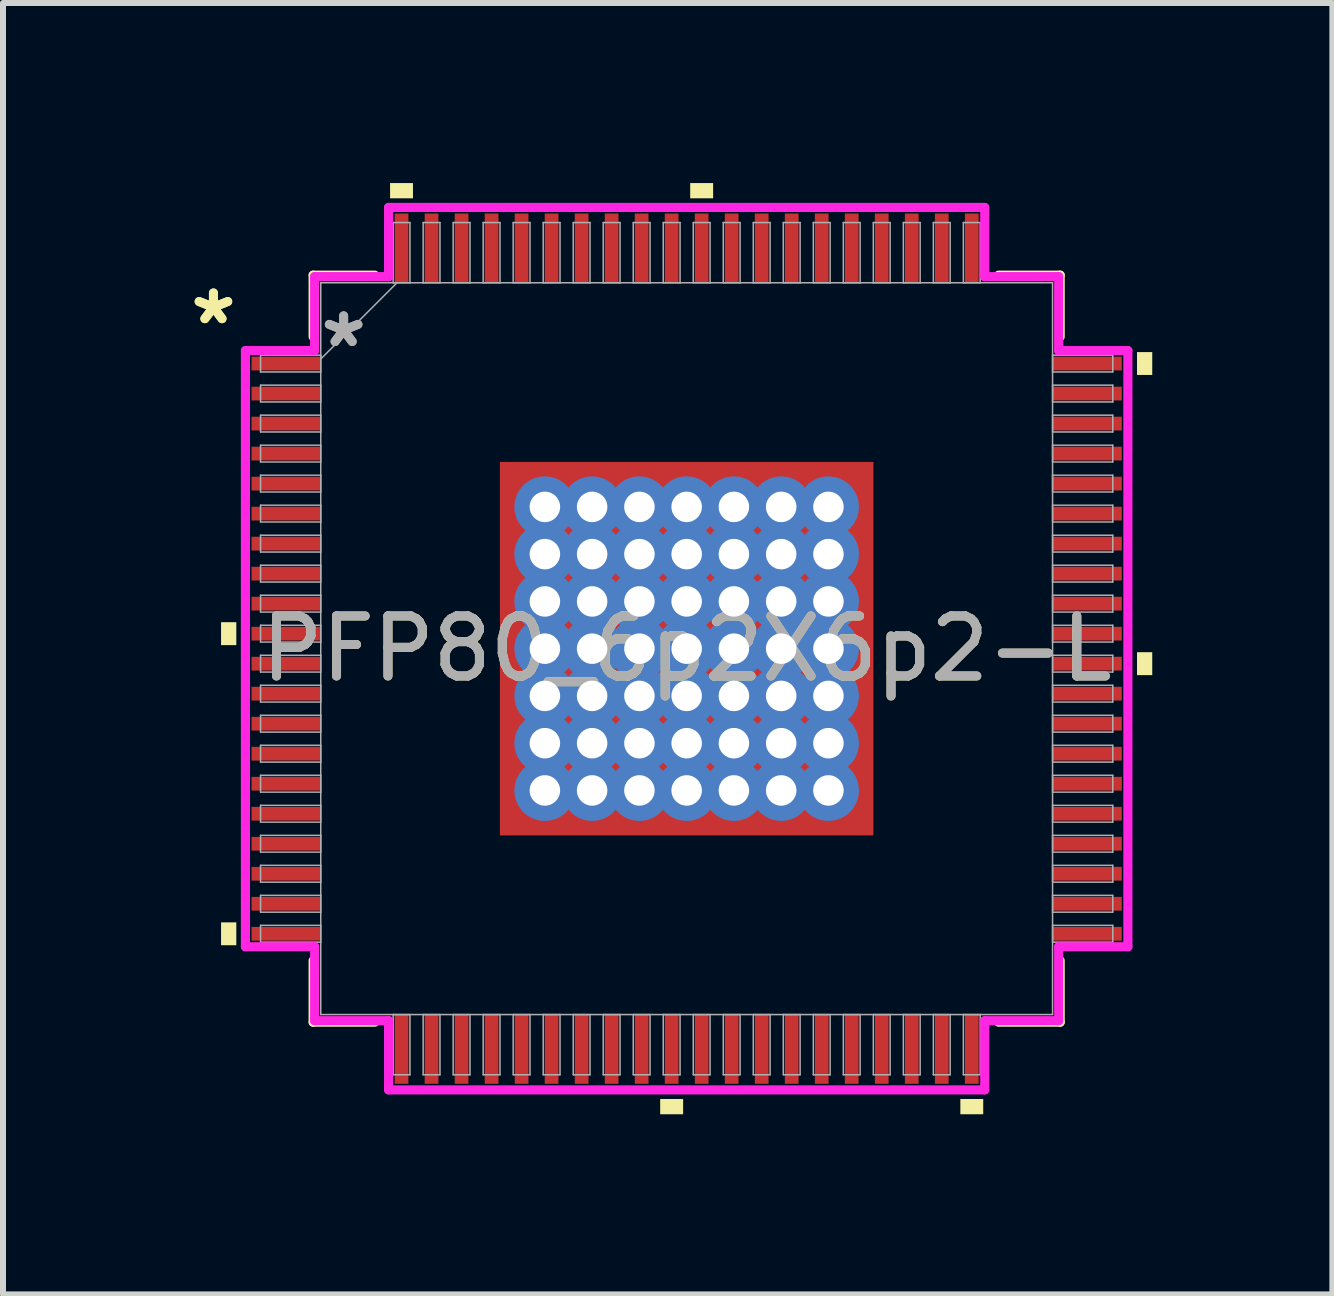
<source format=kicad_pcb>
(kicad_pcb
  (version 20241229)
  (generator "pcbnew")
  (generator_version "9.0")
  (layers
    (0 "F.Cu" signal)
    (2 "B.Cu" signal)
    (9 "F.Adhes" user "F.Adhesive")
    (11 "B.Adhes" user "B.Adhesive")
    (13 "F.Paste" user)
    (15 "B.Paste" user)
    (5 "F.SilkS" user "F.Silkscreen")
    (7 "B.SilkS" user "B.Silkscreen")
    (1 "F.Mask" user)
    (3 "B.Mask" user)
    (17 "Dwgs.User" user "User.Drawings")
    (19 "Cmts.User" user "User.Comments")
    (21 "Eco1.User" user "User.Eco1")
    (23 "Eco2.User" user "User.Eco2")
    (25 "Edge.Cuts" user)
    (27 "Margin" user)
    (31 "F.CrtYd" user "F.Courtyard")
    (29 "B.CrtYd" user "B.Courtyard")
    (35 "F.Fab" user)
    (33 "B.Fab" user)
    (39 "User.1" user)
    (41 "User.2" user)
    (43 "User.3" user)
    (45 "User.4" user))
  (footprint "PFP80_6p2X6p2-L"
    (layer "F.Cu")
    (at 8.39 7.757)
    (property "Reference" "PFP80_6p2X6p2-L" (at 0 0 0) (unlocked yes) (layer "F.SilkS") (effects (font (size 1 1) (thickness 0.15))))
    (attr smd)
    (fp_poly (pts (xy -3.175 -3.175) (xy -2.562 -3.175) (xy -2.562 3.175) (xy -3.175 3.175)) (stroke (width 0) (type solid)) (fill yes) (layer "F.Mask"))
    (fp_poly (pts (xy -3.175 -3.175) (xy 3.175 -3.175) (xy 3.175 -2.562) (xy -3.175 -2.562)) (stroke (width 0) (type solid)) (fill yes) (layer "F.Mask"))
    (fp_poly (pts (xy -3.175 -2.162) (xy 3.175 -2.162) (xy 3.175 -1.775) (xy -3.175 -1.775)) (stroke (width 0) (type solid)) (fill yes) (layer "F.Mask"))
    (fp_poly (pts (xy -3.175 -1.375) (xy 3.175 -1.375) (xy 3.175 -0.987) (xy -3.175 -0.987)) (stroke (width 0) (type solid)) (fill yes) (layer "F.Mask"))
    (fp_poly (pts (xy -3.175 -0.587) (xy 3.175 -0.587) (xy 3.175 -0.2) (xy -3.175 -0.2)) (stroke (width 0) (type solid)) (fill yes) (layer "F.Mask"))
    (fp_poly (pts (xy -3.175 0.2) (xy 3.175 0.2) (xy 3.175 0.587) (xy -3.175 0.587)) (stroke (width 0) (type solid)) (fill yes) (layer "F.Mask"))
    (fp_poly (pts (xy -3.175 0.987) (xy 3.175 0.987) (xy 3.175 1.375) (xy -3.175 1.375)) (stroke (width 0) (type solid)) (fill yes) (layer "F.Mask"))
    (fp_poly (pts (xy -3.175 1.775) (xy 3.175 1.775) (xy 3.175 2.162) (xy -3.175 2.162)) (stroke (width 0) (type solid)) (fill yes) (layer "F.Mask"))
    (fp_poly (pts (xy -3.175 2.562) (xy 3.175 2.562) (xy 3.175 3.175) (xy -3.175 3.175)) (stroke (width 0) (type solid)) (fill yes) (layer "F.Mask"))
    (fp_poly (pts (xy -1.775 -3.175) (xy -2.162 -3.175) (xy -2.162 3.175) (xy -1.775 3.175)) (stroke (width 0) (type solid)) (fill yes) (layer "F.Mask"))
    (fp_poly (pts (xy -0.987 -3.175) (xy -1.375 -3.175) (xy -1.375 3.175) (xy -0.987 3.175)) (stroke (width 0) (type solid)) (fill yes) (layer "F.Mask"))
    (fp_poly (pts (xy -0.2 -3.175) (xy -0.587 -3.175) (xy -0.587 3.175) (xy -0.2 3.175)) (stroke (width 0) (type solid)) (fill yes) (layer "F.Mask"))
    (fp_poly (pts (xy 0.587 -3.175) (xy 0.2 -3.175) (xy 0.2 3.175) (xy 0.587 3.175)) (stroke (width 0) (type solid)) (fill yes) (layer "F.Mask"))
    (fp_poly (pts (xy 1.375 -3.175) (xy 0.987 -3.175) (xy 0.987 3.175) (xy 1.375 3.175)) (stroke (width 0) (type solid)) (fill yes) (layer "F.Mask"))
    (fp_poly (pts (xy 2.162 -3.175) (xy 1.775 -3.175) (xy 1.775 3.175) (xy 2.162 3.175)) (stroke (width 0) (type solid)) (fill yes) (layer "F.Mask"))
    (fp_poly (pts (xy 2.562 -3.175) (xy 3.175 -3.175) (xy 3.175 3.175) (xy 2.562 3.175)) (stroke (width 0) (type solid)) (fill yes) (layer "F.Mask"))
    (fp_line (start -6.223 -6.223) (end -6.223 -5.197) (stroke (width 0.152) (type solid)) (layer "F.SilkS"))
    (fp_line (start -6.223 5.197) (end -6.223 6.223) (stroke (width 0.152) (type solid)) (layer "F.SilkS"))
    (fp_line (start -6.223 6.223) (end -5.197 6.223) (stroke (width 0.152) (type solid)) (layer "F.SilkS"))
    (fp_line (start -5.197 -6.223) (end -6.223 -6.223) (stroke (width 0.152) (type solid)) (layer "F.SilkS"))
    (fp_line (start 5.197 6.223) (end 6.223 6.223) (stroke (width 0.152) (type solid)) (layer "F.SilkS"))
    (fp_line (start 6.223 -6.223) (end 5.197 -6.223) (stroke (width 0.152) (type solid)) (layer "F.SilkS"))
    (fp_line (start 6.223 -5.197) (end 6.223 -6.223) (stroke (width 0.152) (type solid)) (layer "F.SilkS"))
    (fp_line (start 6.223 6.223) (end 6.223 5.197) (stroke (width 0.152) (type solid)) (layer "F.SilkS"))
    (fp_poly (pts (xy -7.757 -0.441) (xy -7.757 -0.059) (xy -7.503 -0.059) (xy -7.503 -0.441)) (stroke (width 0) (type solid)) (fill yes) (layer "F.SilkS"))
    (fp_poly (pts (xy -7.757 4.56) (xy -7.757 4.941) (xy -7.503 4.941) (xy -7.503 4.56)) (stroke (width 0) (type solid)) (fill yes) (layer "F.SilkS"))
    (fp_poly (pts (xy -4.941 -7.503) (xy -4.941 -7.757) (xy -4.56 -7.757) (xy -4.56 -7.503)) (stroke (width 0) (type solid)) (fill yes) (layer "F.SilkS"))
    (fp_poly (pts (xy -0.441 7.503) (xy -0.441 7.757) (xy -0.059 7.757) (xy -0.059 7.503)) (stroke (width 0) (type solid)) (fill yes) (layer "F.SilkS"))
    (fp_poly (pts (xy 0.059 -7.503) (xy 0.059 -7.757) (xy 0.441 -7.757) (xy 0.441 -7.503)) (stroke (width 0) (type solid)) (fill yes) (layer "F.SilkS"))
    (fp_poly (pts (xy 4.56 7.503) (xy 4.56 7.757) (xy 4.941 7.757) (xy 4.941 7.503)) (stroke (width 0) (type solid)) (fill yes) (layer "F.SilkS"))
    (fp_poly (pts (xy 7.757 -4.941) (xy 7.757 -4.56) (xy 7.503 -4.56) (xy 7.503 -4.941)) (stroke (width 0) (type solid)) (fill yes) (layer "F.SilkS"))
    (fp_poly (pts (xy 7.757 0.059) (xy 7.757 0.441) (xy 7.503 0.441) (xy 7.503 0.059)) (stroke (width 0) (type solid)) (fill yes) (layer "F.SilkS"))
    (fp_poly (pts (xy -3.037 -3.037) (xy -3.037 -2.462) (xy -2.604 -2.462) (xy -2.462 -2.604) (xy -2.462 -3.037)) (stroke (width 0) (type solid)) (fill yes) (layer "F.Paste"))
    (fp_poly (pts (xy -3.037 2.462) (xy -3.037 3.037) (xy -2.462 3.037) (xy -2.462 2.604) (xy -2.604 2.462)) (stroke (width 0) (type solid)) (fill yes) (layer "F.Paste"))
    (fp_poly (pts (xy 2.462 -3.037) (xy 2.462 -2.604) (xy 2.604 -2.462) (xy 3.037 -2.462) (xy 3.037 -3.037)) (stroke (width 0) (type solid)) (fill yes) (layer "F.Paste"))
    (fp_poly (pts (xy 2.604 2.462) (xy 2.462 2.604) (xy 2.462 3.037) (xy 3.037 3.037) (xy 3.037 2.462)) (stroke (width 0) (type solid)) (fill yes) (layer "F.Paste"))
    (fp_poly (pts (xy -3.037 -2.262) (xy -3.037 -1.675) (xy -2.604 -1.675) (xy -2.462 -1.816) (xy -2.462 -2.121) (xy -2.604 -2.262)) (stroke (width 0) (type solid)) (fill yes) (layer "F.Paste"))
    (fp_poly (pts (xy -3.037 -1.475) (xy -3.037 -0.887) (xy -2.604 -0.887) (xy -2.462 -1.029) (xy -2.462 -1.333) (xy -2.604 -1.475)) (stroke (width 0) (type solid)) (fill yes) (layer "F.Paste"))
    (fp_poly (pts (xy -3.037 -0.687) (xy -3.037 -0.1) (xy -2.604 -0.1) (xy -2.462 -0.241) (xy -2.462 -0.546) (xy -2.604 -0.687)) (stroke (width 0) (type solid)) (fill yes) (layer "F.Paste"))
    (fp_poly (pts (xy -3.037 0.1) (xy -3.037 0.687) (xy -2.604 0.687) (xy -2.462 0.546) (xy -2.462 0.241) (xy -2.604 0.1)) (stroke (width 0) (type solid)) (fill yes) (layer "F.Paste"))
    (fp_poly (pts (xy -3.037 0.887) (xy -3.037 1.475) (xy -2.604 1.475) (xy -2.462 1.333) (xy -2.462 1.029) (xy -2.604 0.887)) (stroke (width 0) (type solid)) (fill yes) (layer "F.Paste"))
    (fp_poly (pts (xy -3.037 1.675) (xy -3.037 2.262) (xy -2.604 2.262) (xy -2.462 2.121) (xy -2.462 1.816) (xy -2.604 1.675)) (stroke (width 0) (type solid)) (fill yes) (layer "F.Paste"))
    (fp_poly (pts (xy -2.262 -3.037) (xy -2.262 -2.604) (xy -2.121 -2.462) (xy -1.816 -2.462) (xy -1.675 -2.604) (xy -1.675 -3.037)) (stroke (width 0) (type solid)) (fill yes) (layer "F.Paste"))
    (fp_poly (pts (xy -2.121 2.462) (xy -2.262 2.604) (xy -2.262 3.037) (xy -1.675 3.037) (xy -1.675 2.604) (xy -1.816 2.462)) (stroke (width 0) (type solid)) (fill yes) (layer "F.Paste"))
    (fp_poly (pts (xy -1.475 -3.037) (xy -1.475 -2.604) (xy -1.333 -2.462) (xy -1.029 -2.462) (xy -0.887 -2.604) (xy -0.887 -3.037)) (stroke (width 0) (type solid)) (fill yes) (layer "F.Paste"))
    (fp_poly (pts (xy -1.333 2.462) (xy -1.475 2.604) (xy -1.475 3.037) (xy -0.887 3.037) (xy -0.887 2.604) (xy -1.029 2.462)) (stroke (width 0) (type solid)) (fill yes) (layer "F.Paste"))
    (fp_poly (pts (xy -0.687 -3.037) (xy -0.687 -2.604) (xy -0.546 -2.462) (xy -0.241 -2.462) (xy -0.1 -2.604) (xy -0.1 -3.037)) (stroke (width 0) (type solid)) (fill yes) (layer "F.Paste"))
    (fp_poly (pts (xy -0.546 2.462) (xy -0.687 2.604) (xy -0.687 3.037) (xy -0.1 3.037) (xy -0.1 2.604) (xy -0.241 2.462)) (stroke (width 0) (type solid)) (fill yes) (layer "F.Paste"))
    (fp_poly (pts (xy 0.1 -3.037) (xy 0.1 -2.604) (xy 0.241 -2.462) (xy 0.546 -2.462) (xy 0.687 -2.604) (xy 0.687 -3.037)) (stroke (width 0) (type solid)) (fill yes) (layer "F.Paste"))
    (fp_poly (pts (xy 0.241 2.462) (xy 0.1 2.604) (xy 0.1 3.037) (xy 0.687 3.037) (xy 0.687 2.604) (xy 0.546 2.462)) (stroke (width 0) (type solid)) (fill yes) (layer "F.Paste"))
    (fp_poly (pts (xy 0.887 -3.037) (xy 0.887 -2.604) (xy 1.029 -2.462) (xy 1.333 -2.462) (xy 1.475 -2.604) (xy 1.475 -3.037)) (stroke (width 0) (type solid)) (fill yes) (layer "F.Paste"))
    (fp_poly (pts (xy 1.029 2.462) (xy 0.887 2.604) (xy 0.887 3.037) (xy 1.475 3.037) (xy 1.475 2.604) (xy 1.333 2.462)) (stroke (width 0) (type solid)) (fill yes) (layer "F.Paste"))
    (fp_poly (pts (xy 1.675 -3.037) (xy 1.675 -2.604) (xy 1.816 -2.462) (xy 2.121 -2.462) (xy 2.262 -2.604) (xy 2.262 -3.037)) (stroke (width 0) (type solid)) (fill yes) (layer "F.Paste"))
    (fp_poly (pts (xy 1.816 2.462) (xy 1.675 2.604) (xy 1.675 3.037) (xy 2.262 3.037) (xy 2.262 2.604) (xy 2.121 2.462)) (stroke (width 0) (type solid)) (fill yes) (layer "F.Paste"))
    (fp_poly (pts (xy 2.604 -2.262) (xy 2.462 -2.121) (xy 2.462 -1.816) (xy 2.604 -1.675) (xy 3.037 -1.675) (xy 3.037 -2.262)) (stroke (width 0) (type solid)) (fill yes) (layer "F.Paste"))
    (fp_poly (pts (xy 2.604 -1.475) (xy 2.462 -1.333) (xy 2.462 -1.029) (xy 2.604 -0.887) (xy 3.037 -0.887) (xy 3.037 -1.475)) (stroke (width 0) (type solid)) (fill yes) (layer "F.Paste"))
    (fp_poly (pts (xy 2.604 -0.687) (xy 2.462 -0.546) (xy 2.462 -0.241) (xy 2.604 -0.1) (xy 3.037 -0.1) (xy 3.037 -0.687)) (stroke (width 0) (type solid)) (fill yes) (layer "F.Paste"))
    (fp_poly (pts (xy 2.604 0.1) (xy 2.462 0.241) (xy 2.462 0.546) (xy 2.604 0.687) (xy 3.037 0.687) (xy 3.037 0.1)) (stroke (width 0) (type solid)) (fill yes) (layer "F.Paste"))
    (fp_poly (pts (xy 2.604 0.887) (xy 2.462 1.029) (xy 2.462 1.333) (xy 2.604 1.475) (xy 3.037 1.475) (xy 3.037 0.887)) (stroke (width 0) (type solid)) (fill yes) (layer "F.Paste"))
    (fp_poly (pts (xy 2.604 1.675) (xy 2.462 1.816) (xy 2.462 2.121) (xy 2.604 2.262) (xy 3.037 2.262) (xy 3.037 1.675)) (stroke (width 0) (type solid)) (fill yes) (layer "F.Paste"))
    (fp_poly (pts (xy -2.121 -2.262) (xy -2.262 -2.121) (xy -2.262 -1.816) (xy -2.121 -1.675) (xy -1.816 -1.675) (xy -1.675 -1.816) (xy -1.675 -2.121) (xy -1.816 -2.262)) (stroke (width 0) (type solid)) (fill yes) (layer "F.Paste"))
    (fp_poly (pts (xy -2.121 -1.475) (xy -2.262 -1.333) (xy -2.262 -1.029) (xy -2.121 -0.887) (xy -1.816 -0.887) (xy -1.675 -1.029) (xy -1.675 -1.333) (xy -1.816 -1.475)) (stroke (width 0) (type solid)) (fill yes) (layer "F.Paste"))
    (fp_poly (pts (xy -2.121 -0.687) (xy -2.262 -0.546) (xy -2.262 -0.241) (xy -2.121 -0.1) (xy -1.816 -0.1) (xy -1.675 -0.241) (xy -1.675 -0.546) (xy -1.816 -0.687)) (stroke (width 0) (type solid)) (fill yes) (layer "F.Paste"))
    (fp_poly (pts (xy -2.121 0.1) (xy -2.262 0.241) (xy -2.262 0.546) (xy -2.121 0.687) (xy -1.816 0.687) (xy -1.675 0.546) (xy -1.675 0.241) (xy -1.816 0.1)) (stroke (width 0) (type solid)) (fill yes) (layer "F.Paste"))
    (fp_poly (pts (xy -2.121 0.887) (xy -2.262 1.029) (xy -2.262 1.333) (xy -2.121 1.475) (xy -1.816 1.475) (xy -1.675 1.333) (xy -1.675 1.029) (xy -1.816 0.887)) (stroke (width 0) (type solid)) (fill yes) (layer "F.Paste"))
    (fp_poly (pts (xy -2.121 1.675) (xy -2.262 1.816) (xy -2.262 2.121) (xy -2.121 2.262) (xy -1.816 2.262) (xy -1.675 2.121) (xy -1.675 1.816) (xy -1.816 1.675)) (stroke (width 0) (type solid)) (fill yes) (layer "F.Paste"))
    (fp_poly (pts (xy -1.333 -2.262) (xy -1.475 -2.121) (xy -1.475 -1.816) (xy -1.333 -1.675) (xy -1.029 -1.675) (xy -0.887 -1.816) (xy -0.887 -2.121) (xy -1.029 -2.262)) (stroke (width 0) (type solid)) (fill yes) (layer "F.Paste"))
    (fp_poly (pts (xy -1.333 -1.475) (xy -1.475 -1.333) (xy -1.475 -1.029) (xy -1.333 -0.887) (xy -1.029 -0.887) (xy -0.887 -1.029) (xy -0.887 -1.333) (xy -1.029 -1.475)) (stroke (width 0) (type solid)) (fill yes) (layer "F.Paste"))
    (fp_poly (pts (xy -1.333 -0.687) (xy -1.475 -0.546) (xy -1.475 -0.241) (xy -1.333 -0.1) (xy -1.029 -0.1) (xy -0.887 -0.241) (xy -0.887 -0.546) (xy -1.029 -0.687)) (stroke (width 0) (type solid)) (fill yes) (layer "F.Paste"))
    (fp_poly (pts (xy -1.333 0.1) (xy -1.475 0.241) (xy -1.475 0.546) (xy -1.333 0.687) (xy -1.029 0.687) (xy -0.887 0.546) (xy -0.887 0.241) (xy -1.029 0.1)) (stroke (width 0) (type solid)) (fill yes) (layer "F.Paste"))
    (fp_poly (pts (xy -1.333 0.887) (xy -1.475 1.029) (xy -1.475 1.333) (xy -1.333 1.475) (xy -1.029 1.475) (xy -0.887 1.333) (xy -0.887 1.029) (xy -1.029 0.887)) (stroke (width 0) (type solid)) (fill yes) (layer "F.Paste"))
    (fp_poly (pts (xy -1.333 1.675) (xy -1.475 1.816) (xy -1.475 2.121) (xy -1.333 2.262) (xy -1.029 2.262) (xy -0.887 2.121) (xy -0.887 1.816) (xy -1.029 1.675)) (stroke (width 0) (type solid)) (fill yes) (layer "F.Paste"))
    (fp_poly (pts (xy -0.546 -2.262) (xy -0.687 -2.121) (xy -0.687 -1.816) (xy -0.546 -1.675) (xy -0.241 -1.675) (xy -0.1 -1.816) (xy -0.1 -2.121) (xy -0.241 -2.262)) (stroke (width 0) (type solid)) (fill yes) (layer "F.Paste"))
    (fp_poly (pts (xy -0.546 -1.475) (xy -0.687 -1.333) (xy -0.687 -1.029) (xy -0.546 -0.887) (xy -0.241 -0.887) (xy -0.1 -1.029) (xy -0.1 -1.333) (xy -0.241 -1.475)) (stroke (width 0) (type solid)) (fill yes) (layer "F.Paste"))
    (fp_poly (pts (xy -0.546 -0.687) (xy -0.687 -0.546) (xy -0.687 -0.241) (xy -0.546 -0.1) (xy -0.241 -0.1) (xy -0.1 -0.241) (xy -0.1 -0.546) (xy -0.241 -0.687)) (stroke (width 0) (type solid)) (fill yes) (layer "F.Paste"))
    (fp_poly (pts (xy -0.546 0.1) (xy -0.687 0.241) (xy -0.687 0.546) (xy -0.546 0.687) (xy -0.241 0.687) (xy -0.1 0.546) (xy -0.1 0.241) (xy -0.241 0.1)) (stroke (width 0) (type solid)) (fill yes) (layer "F.Paste"))
    (fp_poly (pts (xy -0.546 0.887) (xy -0.687 1.029) (xy -0.687 1.333) (xy -0.546 1.475) (xy -0.241 1.475) (xy -0.1 1.333) (xy -0.1 1.029) (xy -0.241 0.887)) (stroke (width 0) (type solid)) (fill yes) (layer "F.Paste"))
    (fp_poly (pts (xy -0.546 1.675) (xy -0.687 1.816) (xy -0.687 2.121) (xy -0.546 2.262) (xy -0.241 2.262) (xy -0.1 2.121) (xy -0.1 1.816) (xy -0.241 1.675)) (stroke (width 0) (type solid)) (fill yes) (layer "F.Paste"))
    (fp_poly (pts (xy 0.241 -2.262) (xy 0.1 -2.121) (xy 0.1 -1.816) (xy 0.241 -1.675) (xy 0.546 -1.675) (xy 0.687 -1.816) (xy 0.687 -2.121) (xy 0.546 -2.262)) (stroke (width 0) (type solid)) (fill yes) (layer "F.Paste"))
    (fp_poly (pts (xy 0.241 -1.475) (xy 0.1 -1.333) (xy 0.1 -1.029) (xy 0.241 -0.887) (xy 0.546 -0.887) (xy 0.687 -1.029) (xy 0.687 -1.333) (xy 0.546 -1.475)) (stroke (width 0) (type solid)) (fill yes) (layer "F.Paste"))
    (fp_poly (pts (xy 0.241 -0.687) (xy 0.1 -0.546) (xy 0.1 -0.241) (xy 0.241 -0.1) (xy 0.546 -0.1) (xy 0.687 -0.241) (xy 0.687 -0.546) (xy 0.546 -0.687)) (stroke (width 0) (type solid)) (fill yes) (layer "F.Paste"))
    (fp_poly (pts (xy 0.241 0.1) (xy 0.1 0.241) (xy 0.1 0.546) (xy 0.241 0.687) (xy 0.546 0.687) (xy 0.687 0.546) (xy 0.687 0.241) (xy 0.546 0.1)) (stroke (width 0) (type solid)) (fill yes) (layer "F.Paste"))
    (fp_poly (pts (xy 0.241 0.887) (xy 0.1 1.029) (xy 0.1 1.333) (xy 0.241 1.475) (xy 0.546 1.475) (xy 0.687 1.333) (xy 0.687 1.029) (xy 0.546 0.887)) (stroke (width 0) (type solid)) (fill yes) (layer "F.Paste"))
    (fp_poly (pts (xy 0.241 1.675) (xy 0.1 1.816) (xy 0.1 2.121) (xy 0.241 2.262) (xy 0.546 2.262) (xy 0.687 2.121) (xy 0.687 1.816) (xy 0.546 1.675)) (stroke (width 0) (type solid)) (fill yes) (layer "F.Paste"))
    (fp_poly (pts (xy 1.029 -2.262) (xy 0.887 -2.121) (xy 0.887 -1.816) (xy 1.029 -1.675) (xy 1.333 -1.675) (xy 1.475 -1.816) (xy 1.475 -2.121) (xy 1.333 -2.262)) (stroke (width 0) (type solid)) (fill yes) (layer "F.Paste"))
    (fp_poly (pts (xy 1.029 -1.475) (xy 0.887 -1.333) (xy 0.887 -1.029) (xy 1.029 -0.887) (xy 1.333 -0.887) (xy 1.475 -1.029) (xy 1.475 -1.333) (xy 1.333 -1.475)) (stroke (width 0) (type solid)) (fill yes) (layer "F.Paste"))
    (fp_poly (pts (xy 1.029 -0.687) (xy 0.887 -0.546) (xy 0.887 -0.241) (xy 1.029 -0.1) (xy 1.333 -0.1) (xy 1.475 -0.241) (xy 1.475 -0.546) (xy 1.333 -0.687)) (stroke (width 0) (type solid)) (fill yes) (layer "F.Paste"))
    (fp_poly (pts (xy 1.029 0.1) (xy 0.887 0.241) (xy 0.887 0.546) (xy 1.029 0.687) (xy 1.333 0.687) (xy 1.475 0.546) (xy 1.475 0.241) (xy 1.333 0.1)) (stroke (width 0) (type solid)) (fill yes) (layer "F.Paste"))
    (fp_poly (pts (xy 1.029 0.887) (xy 0.887 1.029) (xy 0.887 1.333) (xy 1.029 1.475) (xy 1.333 1.475) (xy 1.475 1.333) (xy 1.475 1.029) (xy 1.333 0.887)) (stroke (width 0) (type solid)) (fill yes) (layer "F.Paste"))
    (fp_poly (pts (xy 1.029 1.675) (xy 0.887 1.816) (xy 0.887 2.121) (xy 1.029 2.262) (xy 1.333 2.262) (xy 1.475 2.121) (xy 1.475 1.816) (xy 1.333 1.675)) (stroke (width 0) (type solid)) (fill yes) (layer "F.Paste"))
    (fp_poly (pts (xy 1.816 -2.262) (xy 1.675 -2.121) (xy 1.675 -1.816) (xy 1.816 -1.675) (xy 2.121 -1.675) (xy 2.262 -1.816) (xy 2.262 -2.121) (xy 2.121 -2.262)) (stroke (width 0) (type solid)) (fill yes) (layer "F.Paste"))
    (fp_poly (pts (xy 1.816 -1.475) (xy 1.675 -1.333) (xy 1.675 -1.029) (xy 1.816 -0.887) (xy 2.121 -0.887) (xy 2.262 -1.029) (xy 2.262 -1.333) (xy 2.121 -1.475)) (stroke (width 0) (type solid)) (fill yes) (layer "F.Paste"))
    (fp_poly (pts (xy 1.816 -0.687) (xy 1.675 -0.546) (xy 1.675 -0.241) (xy 1.816 -0.1) (xy 2.121 -0.1) (xy 2.262 -0.241) (xy 2.262 -0.546) (xy 2.121 -0.687)) (stroke (width 0) (type solid)) (fill yes) (layer "F.Paste"))
    (fp_poly (pts (xy 1.816 0.1) (xy 1.675 0.241) (xy 1.675 0.546) (xy 1.816 0.687) (xy 2.121 0.687) (xy 2.262 0.546) (xy 2.262 0.241) (xy 2.121 0.1)) (stroke (width 0) (type solid)) (fill yes) (layer "F.Paste"))
    (fp_poly (pts (xy 1.816 0.887) (xy 1.675 1.029) (xy 1.675 1.333) (xy 1.816 1.475) (xy 2.121 1.475) (xy 2.262 1.333) (xy 2.262 1.029) (xy 2.121 0.887)) (stroke (width 0) (type solid)) (fill yes) (layer "F.Paste"))
    (fp_poly (pts (xy 1.816 1.675) (xy 1.675 1.816) (xy 1.675 2.121) (xy 1.816 2.262) (xy 2.121 2.262) (xy 2.262 2.121) (xy 2.262 1.816) (xy 2.121 1.675)) (stroke (width 0) (type solid)) (fill yes) (layer "F.Paste"))
    (fp_line (start -7.351 -4.966) (end -6.198 -4.966) (stroke (width 0.152) (type solid)) (layer "F.CrtYd"))
    (fp_line (start -7.351 4.966) (end -7.351 -4.966) (stroke (width 0.152) (type solid)) (layer "F.CrtYd"))
    (fp_line (start -6.198 -6.198) (end -4.966 -6.198) (stroke (width 0.152) (type solid)) (layer "F.CrtYd"))
    (fp_line (start -6.198 -4.966) (end -6.198 -6.198) (stroke (width 0.152) (type solid)) (layer "F.CrtYd"))
    (fp_line (start -6.198 4.966) (end -7.351 4.966) (stroke (width 0.152) (type solid)) (layer "F.CrtYd"))
    (fp_line (start -6.198 6.198) (end -6.198 4.966) (stroke (width 0.152) (type solid)) (layer "F.CrtYd"))
    (fp_line (start -6.198 6.198) (end -4.966 6.198) (stroke (width 0.152) (type solid)) (layer "F.CrtYd"))
    (fp_line (start -4.966 -7.351) (end 4.966 -7.351) (stroke (width 0.152) (type solid)) (layer "F.CrtYd"))
    (fp_line (start -4.966 -6.198) (end -4.966 -7.351) (stroke (width 0.152) (type solid)) (layer "F.CrtYd"))
    (fp_line (start -4.966 6.198) (end -4.966 7.351) (stroke (width 0.152) (type solid)) (layer "F.CrtYd"))
    (fp_line (start -4.966 7.351) (end 4.966 7.351) (stroke (width 0.152) (type solid)) (layer "F.CrtYd"))
    (fp_line (start 4.966 -7.351) (end 4.966 -6.198) (stroke (width 0.152) (type solid)) (layer "F.CrtYd"))
    (fp_line (start 4.966 -6.198) (end 6.198 -6.198) (stroke (width 0.152) (type solid)) (layer "F.CrtYd"))
    (fp_line (start 4.966 6.198) (end 6.198 6.198) (stroke (width 0.152) (type solid)) (layer "F.CrtYd"))
    (fp_line (start 4.966 7.351) (end 4.966 6.198) (stroke (width 0.152) (type solid)) (layer "F.CrtYd"))
    (fp_line (start 6.198 -4.966) (end 6.198 -6.198) (stroke (width 0.152) (type solid)) (layer "F.CrtYd"))
    (fp_line (start 6.198 4.966) (end 7.351 4.966) (stroke (width 0.152) (type solid)) (layer "F.CrtYd"))
    (fp_line (start 6.198 6.198) (end 6.198 4.966) (stroke (width 0.152) (type solid)) (layer "F.CrtYd"))
    (fp_line (start 7.351 -4.966) (end 6.198 -4.966) (stroke (width 0.152) (type solid)) (layer "F.CrtYd"))
    (fp_line (start 7.351 4.966) (end 7.351 -4.966) (stroke (width 0.152) (type solid)) (layer "F.CrtYd"))
    (fp_line (start -7.099 -4.89) (end -7.099 -4.61) (stroke (width 0.025) (type solid)) (layer "F.Fab"))
    (fp_line (start -7.099 -4.61) (end -6.096 -4.61) (stroke (width 0.025) (type solid)) (layer "F.Fab"))
    (fp_line (start -7.099 -4.39) (end -7.099 -4.11) (stroke (width 0.025) (type solid)) (layer "F.Fab"))
    (fp_line (start -7.099 -4.11) (end -6.096 -4.11) (stroke (width 0.025) (type solid)) (layer "F.Fab"))
    (fp_line (start -7.099 -3.89) (end -7.099 -3.61) (stroke (width 0.025) (type solid)) (layer "F.Fab"))
    (fp_line (start -7.099 -3.61) (end -6.096 -3.61) (stroke (width 0.025) (type solid)) (layer "F.Fab"))
    (fp_line (start -7.099 -3.39) (end -7.099 -3.11) (stroke (width 0.025) (type solid)) (layer "F.Fab"))
    (fp_line (start -7.099 -3.11) (end -6.096 -3.11) (stroke (width 0.025) (type solid)) (layer "F.Fab"))
    (fp_line (start -7.099 -2.89) (end -7.099 -2.61) (stroke (width 0.025) (type solid)) (layer "F.Fab"))
    (fp_line (start -7.099 -2.61) (end -6.096 -2.61) (stroke (width 0.025) (type solid)) (layer "F.Fab"))
    (fp_line (start -7.099 -2.39) (end -7.099 -2.11) (stroke (width 0.025) (type solid)) (layer "F.Fab"))
    (fp_line (start -7.099 -2.11) (end -6.096 -2.11) (stroke (width 0.025) (type solid)) (layer "F.Fab"))
    (fp_line (start -7.099 -1.89) (end -7.099 -1.61) (stroke (width 0.025) (type solid)) (layer "F.Fab"))
    (fp_line (start -7.099 -1.61) (end -6.096 -1.61) (stroke (width 0.025) (type solid)) (layer "F.Fab"))
    (fp_line (start -7.099 -1.39) (end -7.099 -1.11) (stroke (width 0.025) (type solid)) (layer "F.Fab"))
    (fp_line (start -7.099 -1.11) (end -6.096 -1.11) (stroke (width 0.025) (type solid)) (layer "F.Fab"))
    (fp_line (start -7.099 -0.89) (end -7.099 -0.61) (stroke (width 0.025) (type solid)) (layer "F.Fab"))
    (fp_line (start -7.099 -0.61) (end -6.096 -0.61) (stroke (width 0.025) (type solid)) (layer "F.Fab"))
    (fp_line (start -7.099 -0.39) (end -7.099 -0.11) (stroke (width 0.025) (type solid)) (layer "F.Fab"))
    (fp_line (start -7.099 -0.11) (end -6.096 -0.11) (stroke (width 0.025) (type solid)) (layer "F.Fab"))
    (fp_line (start -7.099 0.11) (end -7.099 0.39) (stroke (width 0.025) (type solid)) (layer "F.Fab"))
    (fp_line (start -7.099 0.39) (end -6.096 0.39) (stroke (width 0.025) (type solid)) (layer "F.Fab"))
    (fp_line (start -7.099 0.61) (end -7.099 0.89) (stroke (width 0.025) (type solid)) (layer "F.Fab"))
    (fp_line (start -7.099 0.89) (end -6.096 0.89) (stroke (width 0.025) (type solid)) (layer "F.Fab"))
    (fp_line (start -7.099 1.11) (end -7.099 1.39) (stroke (width 0.025) (type solid)) (layer "F.Fab"))
    (fp_line (start -7.099 1.39) (end -6.096 1.39) (stroke (width 0.025) (type solid)) (layer "F.Fab"))
    (fp_line (start -7.099 1.61) (end -7.099 1.89) (stroke (width 0.025) (type solid)) (layer "F.Fab"))
    (fp_line (start -7.099 1.89) (end -6.096 1.89) (stroke (width 0.025) (type solid)) (layer "F.Fab"))
    (fp_line (start -7.099 2.11) (end -7.099 2.39) (stroke (width 0.025) (type solid)) (layer "F.Fab"))
    (fp_line (start -7.099 2.39) (end -6.096 2.39) (stroke (width 0.025) (type solid)) (layer "F.Fab"))
    (fp_line (start -7.099 2.61) (end -7.099 2.89) (stroke (width 0.025) (type solid)) (layer "F.Fab"))
    (fp_line (start -7.099 2.89) (end -6.096 2.89) (stroke (width 0.025) (type solid)) (layer "F.Fab"))
    (fp_line (start -7.099 3.11) (end -7.099 3.39) (stroke (width 0.025) (type solid)) (layer "F.Fab"))
    (fp_line (start -7.099 3.39) (end -6.096 3.39) (stroke (width 0.025) (type solid)) (layer "F.Fab"))
    (fp_line (start -7.099 3.61) (end -7.099 3.89) (stroke (width 0.025) (type solid)) (layer "F.Fab"))
    (fp_line (start -7.099 3.89) (end -6.096 3.89) (stroke (width 0.025) (type solid)) (layer "F.Fab"))
    (fp_line (start -7.099 4.11) (end -7.099 4.39) (stroke (width 0.025) (type solid)) (layer "F.Fab"))
    (fp_line (start -7.099 4.39) (end -6.096 4.39) (stroke (width 0.025) (type solid)) (layer "F.Fab"))
    (fp_line (start -7.099 4.61) (end -7.099 4.89) (stroke (width 0.025) (type solid)) (layer "F.Fab"))
    (fp_line (start -7.099 4.89) (end -6.096 4.89) (stroke (width 0.025) (type solid)) (layer "F.Fab"))
    (fp_line (start -6.096 -6.096) (end -6.096 6.096) (stroke (width 0.025) (type solid)) (layer "F.Fab"))
    (fp_line (start -6.096 -4.89) (end -7.099 -4.89) (stroke (width 0.025) (type solid)) (layer "F.Fab"))
    (fp_line (start -6.096 -4.826) (end -4.826 -6.096) (stroke (width 0.025) (type solid)) (layer "F.Fab"))
    (fp_line (start -6.096 -4.61) (end -6.096 -4.89) (stroke (width 0.025) (type solid)) (layer "F.Fab"))
    (fp_line (start -6.096 -4.39) (end -7.099 -4.39) (stroke (width 0.025) (type solid)) (layer "F.Fab"))
    (fp_line (start -6.096 -4.11) (end -6.096 -4.39) (stroke (width 0.025) (type solid)) (layer "F.Fab"))
    (fp_line (start -6.096 -3.89) (end -7.099 -3.89) (stroke (width 0.025) (type solid)) (layer "F.Fab"))
    (fp_line (start -6.096 -3.61) (end -6.096 -3.89) (stroke (width 0.025) (type solid)) (layer "F.Fab"))
    (fp_line (start -6.096 -3.39) (end -7.099 -3.39) (stroke (width 0.025) (type solid)) (layer "F.Fab"))
    (fp_line (start -6.096 -3.11) (end -6.096 -3.39) (stroke (width 0.025) (type solid)) (layer "F.Fab"))
    (fp_line (start -6.096 -2.89) (end -7.099 -2.89) (stroke (width 0.025) (type solid)) (layer "F.Fab"))
    (fp_line (start -6.096 -2.61) (end -6.096 -2.89) (stroke (width 0.025) (type solid)) (layer "F.Fab"))
    (fp_line (start -6.096 -2.39) (end -7.099 -2.39) (stroke (width 0.025) (type solid)) (layer "F.Fab"))
    (fp_line (start -6.096 -2.11) (end -6.096 -2.39) (stroke (width 0.025) (type solid)) (layer "F.Fab"))
    (fp_line (start -6.096 -1.89) (end -7.099 -1.89) (stroke (width 0.025) (type solid)) (layer "F.Fab"))
    (fp_line (start -6.096 -1.61) (end -6.096 -1.89) (stroke (width 0.025) (type solid)) (layer "F.Fab"))
    (fp_line (start -6.096 -1.39) (end -7.099 -1.39) (stroke (width 0.025) (type solid)) (layer "F.Fab"))
    (fp_line (start -6.096 -1.11) (end -6.096 -1.39) (stroke (width 0.025) (type solid)) (layer "F.Fab"))
    (fp_line (start -6.096 -0.89) (end -7.099 -0.89) (stroke (width 0.025) (type solid)) (layer "F.Fab"))
    (fp_line (start -6.096 -0.61) (end -6.096 -0.89) (stroke (width 0.025) (type solid)) (layer "F.Fab"))
    (fp_line (start -6.096 -0.39) (end -7.099 -0.39) (stroke (width 0.025) (type solid)) (layer "F.Fab"))
    (fp_line (start -6.096 -0.11) (end -6.096 -0.39) (stroke (width 0.025) (type solid)) (layer "F.Fab"))
    (fp_line (start -6.096 0.11) (end -7.099 0.11) (stroke (width 0.025) (type solid)) (layer "F.Fab"))
    (fp_line (start -6.096 0.39) (end -6.096 0.11) (stroke (width 0.025) (type solid)) (layer "F.Fab"))
    (fp_line (start -6.096 0.61) (end -7.099 0.61) (stroke (width 0.025) (type solid)) (layer "F.Fab"))
    (fp_line (start -6.096 0.89) (end -6.096 0.61) (stroke (width 0.025) (type solid)) (layer "F.Fab"))
    (fp_line (start -6.096 1.11) (end -7.099 1.11) (stroke (width 0.025) (type solid)) (layer "F.Fab"))
    (fp_line (start -6.096 1.39) (end -6.096 1.11) (stroke (width 0.025) (type solid)) (layer "F.Fab"))
    (fp_line (start -6.096 1.61) (end -7.099 1.61) (stroke (width 0.025) (type solid)) (layer "F.Fab"))
    (fp_line (start -6.096 1.89) (end -6.096 1.61) (stroke (width 0.025) (type solid)) (layer "F.Fab"))
    (fp_line (start -6.096 2.11) (end -7.099 2.11) (stroke (width 0.025) (type solid)) (layer "F.Fab"))
    (fp_line (start -6.096 2.39) (end -6.096 2.11) (stroke (width 0.025) (type solid)) (layer "F.Fab"))
    (fp_line (start -6.096 2.61) (end -7.099 2.61) (stroke (width 0.025) (type solid)) (layer "F.Fab"))
    (fp_line (start -6.096 2.89) (end -6.096 2.61) (stroke (width 0.025) (type solid)) (layer "F.Fab"))
    (fp_line (start -6.096 3.11) (end -7.099 3.11) (stroke (width 0.025) (type solid)) (layer "F.Fab"))
    (fp_line (start -6.096 3.39) (end -6.096 3.11) (stroke (width 0.025) (type solid)) (layer "F.Fab"))
    (fp_line (start -6.096 3.61) (end -7.099 3.61) (stroke (width 0.025) (type solid)) (layer "F.Fab"))
    (fp_line (start -6.096 3.89) (end -6.096 3.61) (stroke (width 0.025) (type solid)) (layer "F.Fab"))
    (fp_line (start -6.096 4.11) (end -7.099 4.11) (stroke (width 0.025) (type solid)) (layer "F.Fab"))
    (fp_line (start -6.096 4.39) (end -6.096 4.11) (stroke (width 0.025) (type solid)) (layer "F.Fab"))
    (fp_line (start -6.096 4.61) (end -7.099 4.61) (stroke (width 0.025) (type solid)) (layer "F.Fab"))
    (fp_line (start -6.096 4.89) (end -6.096 4.61) (stroke (width 0.025) (type solid)) (layer "F.Fab"))
    (fp_line (start -6.096 6.096) (end 6.096 6.096) (stroke (width 0.025) (type solid)) (layer "F.Fab"))
    (fp_line (start -4.89 -7.099) (end -4.89 -6.096) (stroke (width 0.025) (type solid)) (layer "F.Fab"))
    (fp_line (start -4.89 -6.096) (end -4.61 -6.096) (stroke (width 0.025) (type solid)) (layer "F.Fab"))
    (fp_line (start -4.89 6.096) (end -4.89 7.099) (stroke (width 0.025) (type solid)) (layer "F.Fab"))
    (fp_line (start -4.89 7.099) (end -4.61 7.099) (stroke (width 0.025) (type solid)) (layer "F.Fab"))
    (fp_line (start -4.61 -7.099) (end -4.89 -7.099) (stroke (width 0.025) (type solid)) (layer "F.Fab"))
    (fp_line (start -4.61 -6.096) (end -4.61 -7.099) (stroke (width 0.025) (type solid)) (layer "F.Fab"))
    (fp_line (start -4.61 6.096) (end -4.89 6.096) (stroke (width 0.025) (type solid)) (layer "F.Fab"))
    (fp_line (start -4.61 7.099) (end -4.61 6.096) (stroke (width 0.025) (type solid)) (layer "F.Fab"))
    (fp_line (start -4.39 -7.099) (end -4.39 -6.096) (stroke (width 0.025) (type solid)) (layer "F.Fab"))
    (fp_line (start -4.39 -6.096) (end -4.11 -6.096) (stroke (width 0.025) (type solid)) (layer "F.Fab"))
    (fp_line (start -4.39 6.096) (end -4.39 7.099) (stroke (width 0.025) (type solid)) (layer "F.Fab"))
    (fp_line (start -4.39 7.099) (end -4.11 7.099) (stroke (width 0.025) (type solid)) (layer "F.Fab"))
    (fp_line (start -4.11 -7.099) (end -4.39 -7.099) (stroke (width 0.025) (type solid)) (layer "F.Fab"))
    (fp_line (start -4.11 -6.096) (end -4.11 -7.099) (stroke (width 0.025) (type solid)) (layer "F.Fab"))
    (fp_line (start -4.11 6.096) (end -4.39 6.096) (stroke (width 0.025) (type solid)) (layer "F.Fab"))
    (fp_line (start -4.11 7.099) (end -4.11 6.096) (stroke (width 0.025) (type solid)) (layer "F.Fab"))
    (fp_line (start -3.89 -7.099) (end -3.89 -6.096) (stroke (width 0.025) (type solid)) (layer "F.Fab"))
    (fp_line (start -3.89 -6.096) (end -3.61 -6.096) (stroke (width 0.025) (type solid)) (layer "F.Fab"))
    (fp_line (start -3.89 6.096) (end -3.89 7.099) (stroke (width 0.025) (type solid)) (layer "F.Fab"))
    (fp_line (start -3.89 7.099) (end -3.61 7.099) (stroke (width 0.025) (type solid)) (layer "F.Fab"))
    (fp_line (start -3.61 -7.099) (end -3.89 -7.099) (stroke (width 0.025) (type solid)) (layer "F.Fab"))
    (fp_line (start -3.61 -6.096) (end -3.61 -7.099) (stroke (width 0.025) (type solid)) (layer "F.Fab"))
    (fp_line (start -3.61 6.096) (end -3.89 6.096) (stroke (width 0.025) (type solid)) (layer "F.Fab"))
    (fp_line (start -3.61 7.099) (end -3.61 6.096) (stroke (width 0.025) (type solid)) (layer "F.Fab"))
    (fp_line (start -3.39 -7.099) (end -3.39 -6.096) (stroke (width 0.025) (type solid)) (layer "F.Fab"))
    (fp_line (start -3.39 -6.096) (end -3.11 -6.096) (stroke (width 0.025) (type solid)) (layer "F.Fab"))
    (fp_line (start -3.39 6.096) (end -3.39 7.099) (stroke (width 0.025) (type solid)) (layer "F.Fab"))
    (fp_line (start -3.39 7.099) (end -3.11 7.099) (stroke (width 0.025) (type solid)) (layer "F.Fab"))
    (fp_line (start -3.11 -7.099) (end -3.39 -7.099) (stroke (width 0.025) (type solid)) (layer "F.Fab"))
    (fp_line (start -3.11 -6.096) (end -3.11 -7.099) (stroke (width 0.025) (type solid)) (layer "F.Fab"))
    (fp_line (start -3.11 6.096) (end -3.39 6.096) (stroke (width 0.025) (type solid)) (layer "F.Fab"))
    (fp_line (start -3.11 7.099) (end -3.11 6.096) (stroke (width 0.025) (type solid)) (layer "F.Fab"))
    (fp_line (start -2.89 -7.099) (end -2.89 -6.096) (stroke (width 0.025) (type solid)) (layer "F.Fab"))
    (fp_line (start -2.89 -6.096) (end -2.61 -6.096) (stroke (width 0.025) (type solid)) (layer "F.Fab"))
    (fp_line (start -2.89 6.096) (end -2.89 7.099) (stroke (width 0.025) (type solid)) (layer "F.Fab"))
    (fp_line (start -2.89 7.099) (end -2.61 7.099) (stroke (width 0.025) (type solid)) (layer "F.Fab"))
    (fp_line (start -2.61 -7.099) (end -2.89 -7.099) (stroke (width 0.025) (type solid)) (layer "F.Fab"))
    (fp_line (start -2.61 -6.096) (end -2.61 -7.099) (stroke (width 0.025) (type solid)) (layer "F.Fab"))
    (fp_line (start -2.61 6.096) (end -2.89 6.096) (stroke (width 0.025) (type solid)) (layer "F.Fab"))
    (fp_line (start -2.61 7.099) (end -2.61 6.096) (stroke (width 0.025) (type solid)) (layer "F.Fab"))
    (fp_line (start -2.39 -7.099) (end -2.39 -6.096) (stroke (width 0.025) (type solid)) (layer "F.Fab"))
    (fp_line (start -2.39 -6.096) (end -2.11 -6.096) (stroke (width 0.025) (type solid)) (layer "F.Fab"))
    (fp_line (start -2.39 6.096) (end -2.39 7.099) (stroke (width 0.025) (type solid)) (layer "F.Fab"))
    (fp_line (start -2.39 7.099) (end -2.11 7.099) (stroke (width 0.025) (type solid)) (layer "F.Fab"))
    (fp_line (start -2.11 -7.099) (end -2.39 -7.099) (stroke (width 0.025) (type solid)) (layer "F.Fab"))
    (fp_line (start -2.11 -6.096) (end -2.11 -7.099) (stroke (width 0.025) (type solid)) (layer "F.Fab"))
    (fp_line (start -2.11 6.096) (end -2.39 6.096) (stroke (width 0.025) (type solid)) (layer "F.Fab"))
    (fp_line (start -2.11 7.099) (end -2.11 6.096) (stroke (width 0.025) (type solid)) (layer "F.Fab"))
    (fp_line (start -1.89 -7.099) (end -1.89 -6.096) (stroke (width 0.025) (type solid)) (layer "F.Fab"))
    (fp_line (start -1.89 -6.096) (end -1.61 -6.096) (stroke (width 0.025) (type solid)) (layer "F.Fab"))
    (fp_line (start -1.89 6.096) (end -1.89 7.099) (stroke (width 0.025) (type solid)) (layer "F.Fab"))
    (fp_line (start -1.89 7.099) (end -1.61 7.099) (stroke (width 0.025) (type solid)) (layer "F.Fab"))
    (fp_line (start -1.61 -7.099) (end -1.89 -7.099) (stroke (width 0.025) (type solid)) (layer "F.Fab"))
    (fp_line (start -1.61 -6.096) (end -1.61 -7.099) (stroke (width 0.025) (type solid)) (layer "F.Fab"))
    (fp_line (start -1.61 6.096) (end -1.89 6.096) (stroke (width 0.025) (type solid)) (layer "F.Fab"))
    (fp_line (start -1.61 7.099) (end -1.61 6.096) (stroke (width 0.025) (type solid)) (layer "F.Fab"))
    (fp_line (start -1.39 -7.099) (end -1.39 -6.096) (stroke (width 0.025) (type solid)) (layer "F.Fab"))
    (fp_line (start -1.39 -6.096) (end -1.11 -6.096) (stroke (width 0.025) (type solid)) (layer "F.Fab"))
    (fp_line (start -1.39 6.096) (end -1.39 7.099) (stroke (width 0.025) (type solid)) (layer "F.Fab"))
    (fp_line (start -1.39 7.099) (end -1.11 7.099) (stroke (width 0.025) (type solid)) (layer "F.Fab"))
    (fp_line (start -1.11 -7.099) (end -1.39 -7.099) (stroke (width 0.025) (type solid)) (layer "F.Fab"))
    (fp_line (start -1.11 -6.096) (end -1.11 -7.099) (stroke (width 0.025) (type solid)) (layer "F.Fab"))
    (fp_line (start -1.11 6.096) (end -1.39 6.096) (stroke (width 0.025) (type solid)) (layer "F.Fab"))
    (fp_line (start -1.11 7.099) (end -1.11 6.096) (stroke (width 0.025) (type solid)) (layer "F.Fab"))
    (fp_line (start -0.89 -7.099) (end -0.89 -6.096) (stroke (width 0.025) (type solid)) (layer "F.Fab"))
    (fp_line (start -0.89 -6.096) (end -0.61 -6.096) (stroke (width 0.025) (type solid)) (layer "F.Fab"))
    (fp_line (start -0.89 6.096) (end -0.89 7.099) (stroke (width 0.025) (type solid)) (layer "F.Fab"))
    (fp_line (start -0.89 7.099) (end -0.61 7.099) (stroke (width 0.025) (type solid)) (layer "F.Fab"))
    (fp_line (start -0.61 -7.099) (end -0.89 -7.099) (stroke (width 0.025) (type solid)) (layer "F.Fab"))
    (fp_line (start -0.61 -6.096) (end -0.61 -7.099) (stroke (width 0.025) (type solid)) (layer "F.Fab"))
    (fp_line (start -0.61 6.096) (end -0.89 6.096) (stroke (width 0.025) (type solid)) (layer "F.Fab"))
    (fp_line (start -0.61 7.099) (end -0.61 6.096) (stroke (width 0.025) (type solid)) (layer "F.Fab"))
    (fp_line (start -0.39 -7.099) (end -0.39 -6.096) (stroke (width 0.025) (type solid)) (layer "F.Fab"))
    (fp_line (start -0.39 -6.096) (end -0.11 -6.096) (stroke (width 0.025) (type solid)) (layer "F.Fab"))
    (fp_line (start -0.39 6.096) (end -0.39 7.099) (stroke (width 0.025) (type solid)) (layer "F.Fab"))
    (fp_line (start -0.39 7.099) (end -0.11 7.099) (stroke (width 0.025) (type solid)) (layer "F.Fab"))
    (fp_line (start -0.11 -7.099) (end -0.39 -7.099) (stroke (width 0.025) (type solid)) (layer "F.Fab"))
    (fp_line (start -0.11 -6.096) (end -0.11 -7.099) (stroke (width 0.025) (type solid)) (layer "F.Fab"))
    (fp_line (start -0.11 6.096) (end -0.39 6.096) (stroke (width 0.025) (type solid)) (layer "F.Fab"))
    (fp_line (start -0.11 7.099) (end -0.11 6.096) (stroke (width 0.025) (type solid)) (layer "F.Fab"))
    (fp_line (start 0.11 -7.099) (end 0.11 -6.096) (stroke (width 0.025) (type solid)) (layer "F.Fab"))
    (fp_line (start 0.11 -6.096) (end 0.39 -6.096) (stroke (width 0.025) (type solid)) (layer "F.Fab"))
    (fp_line (start 0.11 6.096) (end 0.11 7.099) (stroke (width 0.025) (type solid)) (layer "F.Fab"))
    (fp_line (start 0.11 7.099) (end 0.39 7.099) (stroke (width 0.025) (type solid)) (layer "F.Fab"))
    (fp_line (start 0.39 -7.099) (end 0.11 -7.099) (stroke (width 0.025) (type solid)) (layer "F.Fab"))
    (fp_line (start 0.39 -6.096) (end 0.39 -7.099) (stroke (width 0.025) (type solid)) (layer "F.Fab"))
    (fp_line (start 0.39 6.096) (end 0.11 6.096) (stroke (width 0.025) (type solid)) (layer "F.Fab"))
    (fp_line (start 0.39 7.099) (end 0.39 6.096) (stroke (width 0.025) (type solid)) (layer "F.Fab"))
    (fp_line (start 0.61 -7.099) (end 0.61 -6.096) (stroke (width 0.025) (type solid)) (layer "F.Fab"))
    (fp_line (start 0.61 -6.096) (end 0.89 -6.096) (stroke (width 0.025) (type solid)) (layer "F.Fab"))
    (fp_line (start 0.61 6.096) (end 0.61 7.099) (stroke (width 0.025) (type solid)) (layer "F.Fab"))
    (fp_line (start 0.61 7.099) (end 0.89 7.099) (stroke (width 0.025) (type solid)) (layer "F.Fab"))
    (fp_line (start 0.89 -7.099) (end 0.61 -7.099) (stroke (width 0.025) (type solid)) (layer "F.Fab"))
    (fp_line (start 0.89 -6.096) (end 0.89 -7.099) (stroke (width 0.025) (type solid)) (layer "F.Fab"))
    (fp_line (start 0.89 6.096) (end 0.61 6.096) (stroke (width 0.025) (type solid)) (layer "F.Fab"))
    (fp_line (start 0.89 7.099) (end 0.89 6.096) (stroke (width 0.025) (type solid)) (layer "F.Fab"))
    (fp_line (start 1.11 -7.099) (end 1.11 -6.096) (stroke (width 0.025) (type solid)) (layer "F.Fab"))
    (fp_line (start 1.11 -6.096) (end 1.39 -6.096) (stroke (width 0.025) (type solid)) (layer "F.Fab"))
    (fp_line (start 1.11 6.096) (end 1.11 7.099) (stroke (width 0.025) (type solid)) (layer "F.Fab"))
    (fp_line (start 1.11 7.099) (end 1.39 7.099) (stroke (width 0.025) (type solid)) (layer "F.Fab"))
    (fp_line (start 1.39 -7.099) (end 1.11 -7.099) (stroke (width 0.025) (type solid)) (layer "F.Fab"))
    (fp_line (start 1.39 -6.096) (end 1.39 -7.099) (stroke (width 0.025) (type solid)) (layer "F.Fab"))
    (fp_line (start 1.39 6.096) (end 1.11 6.096) (stroke (width 0.025) (type solid)) (layer "F.Fab"))
    (fp_line (start 1.39 7.099) (end 1.39 6.096) (stroke (width 0.025) (type solid)) (layer "F.Fab"))
    (fp_line (start 1.61 -7.099) (end 1.61 -6.096) (stroke (width 0.025) (type solid)) (layer "F.Fab"))
    (fp_line (start 1.61 -6.096) (end 1.89 -6.096) (stroke (width 0.025) (type solid)) (layer "F.Fab"))
    (fp_line (start 1.61 6.096) (end 1.61 7.099) (stroke (width 0.025) (type solid)) (layer "F.Fab"))
    (fp_line (start 1.61 7.099) (end 1.89 7.099) (stroke (width 0.025) (type solid)) (layer "F.Fab"))
    (fp_line (start 1.89 -7.099) (end 1.61 -7.099) (stroke (width 0.025) (type solid)) (layer "F.Fab"))
    (fp_line (start 1.89 -6.096) (end 1.89 -7.099) (stroke (width 0.025) (type solid)) (layer "F.Fab"))
    (fp_line (start 1.89 6.096) (end 1.61 6.096) (stroke (width 0.025) (type solid)) (layer "F.Fab"))
    (fp_line (start 1.89 7.099) (end 1.89 6.096) (stroke (width 0.025) (type solid)) (layer "F.Fab"))
    (fp_line (start 2.11 -7.099) (end 2.11 -6.096) (stroke (width 0.025) (type solid)) (layer "F.Fab"))
    (fp_line (start 2.11 -6.096) (end 2.39 -6.096) (stroke (width 0.025) (type solid)) (layer "F.Fab"))
    (fp_line (start 2.11 6.096) (end 2.11 7.099) (stroke (width 0.025) (type solid)) (layer "F.Fab"))
    (fp_line (start 2.11 7.099) (end 2.39 7.099) (stroke (width 0.025) (type solid)) (layer "F.Fab"))
    (fp_line (start 2.39 -7.099) (end 2.11 -7.099) (stroke (width 0.025) (type solid)) (layer "F.Fab"))
    (fp_line (start 2.39 -6.096) (end 2.39 -7.099) (stroke (width 0.025) (type solid)) (layer "F.Fab"))
    (fp_line (start 2.39 6.096) (end 2.11 6.096) (stroke (width 0.025) (type solid)) (layer "F.Fab"))
    (fp_line (start 2.39 7.099) (end 2.39 6.096) (stroke (width 0.025) (type solid)) (layer "F.Fab"))
    (fp_line (start 2.61 -7.099) (end 2.61 -6.096) (stroke (width 0.025) (type solid)) (layer "F.Fab"))
    (fp_line (start 2.61 -6.096) (end 2.89 -6.096) (stroke (width 0.025) (type solid)) (layer "F.Fab"))
    (fp_line (start 2.61 6.096) (end 2.61 7.099) (stroke (width 0.025) (type solid)) (layer "F.Fab"))
    (fp_line (start 2.61 7.099) (end 2.89 7.099) (stroke (width 0.025) (type solid)) (layer "F.Fab"))
    (fp_line (start 2.89 -7.099) (end 2.61 -7.099) (stroke (width 0.025) (type solid)) (layer "F.Fab"))
    (fp_line (start 2.89 -6.096) (end 2.89 -7.099) (stroke (width 0.025) (type solid)) (layer "F.Fab"))
    (fp_line (start 2.89 6.096) (end 2.61 6.096) (stroke (width 0.025) (type solid)) (layer "F.Fab"))
    (fp_line (start 2.89 7.099) (end 2.89 6.096) (stroke (width 0.025) (type solid)) (layer "F.Fab"))
    (fp_line (start 3.11 -7.099) (end 3.11 -6.096) (stroke (width 0.025) (type solid)) (layer "F.Fab"))
    (fp_line (start 3.11 -6.096) (end 3.39 -6.096) (stroke (width 0.025) (type solid)) (layer "F.Fab"))
    (fp_line (start 3.11 6.096) (end 3.11 7.099) (stroke (width 0.025) (type solid)) (layer "F.Fab"))
    (fp_line (start 3.11 7.099) (end 3.39 7.099) (stroke (width 0.025) (type solid)) (layer "F.Fab"))
    (fp_line (start 3.39 -7.099) (end 3.11 -7.099) (stroke (width 0.025) (type solid)) (layer "F.Fab"))
    (fp_line (start 3.39 -6.096) (end 3.39 -7.099) (stroke (width 0.025) (type solid)) (layer "F.Fab"))
    (fp_line (start 3.39 6.096) (end 3.11 6.096) (stroke (width 0.025) (type solid)) (layer "F.Fab"))
    (fp_line (start 3.39 7.099) (end 3.39 6.096) (stroke (width 0.025) (type solid)) (layer "F.Fab"))
    (fp_line (start 3.61 -7.099) (end 3.61 -6.096) (stroke (width 0.025) (type solid)) (layer "F.Fab"))
    (fp_line (start 3.61 -6.096) (end 3.89 -6.096) (stroke (width 0.025) (type solid)) (layer "F.Fab"))
    (fp_line (start 3.61 6.096) (end 3.61 7.099) (stroke (width 0.025) (type solid)) (layer "F.Fab"))
    (fp_line (start 3.61 7.099) (end 3.89 7.099) (stroke (width 0.025) (type solid)) (layer "F.Fab"))
    (fp_line (start 3.89 -7.099) (end 3.61 -7.099) (stroke (width 0.025) (type solid)) (layer "F.Fab"))
    (fp_line (start 3.89 -6.096) (end 3.89 -7.099) (stroke (width 0.025) (type solid)) (layer "F.Fab"))
    (fp_line (start 3.89 6.096) (end 3.61 6.096) (stroke (width 0.025) (type solid)) (layer "F.Fab"))
    (fp_line (start 3.89 7.099) (end 3.89 6.096) (stroke (width 0.025) (type solid)) (layer "F.Fab"))
    (fp_line (start 4.11 -7.099) (end 4.11 -6.096) (stroke (width 0.025) (type solid)) (layer "F.Fab"))
    (fp_line (start 4.11 -6.096) (end 4.39 -6.096) (stroke (width 0.025) (type solid)) (layer "F.Fab"))
    (fp_line (start 4.11 6.096) (end 4.11 7.099) (stroke (width 0.025) (type solid)) (layer "F.Fab"))
    (fp_line (start 4.11 7.099) (end 4.39 7.099) (stroke (width 0.025) (type solid)) (layer "F.Fab"))
    (fp_line (start 4.39 -7.099) (end 4.11 -7.099) (stroke (width 0.025) (type solid)) (layer "F.Fab"))
    (fp_line (start 4.39 -6.096) (end 4.39 -7.099) (stroke (width 0.025) (type solid)) (layer "F.Fab"))
    (fp_line (start 4.39 6.096) (end 4.11 6.096) (stroke (width 0.025) (type solid)) (layer "F.Fab"))
    (fp_line (start 4.39 7.099) (end 4.39 6.096) (stroke (width 0.025) (type solid)) (layer "F.Fab"))
    (fp_line (start 4.61 -7.099) (end 4.61 -6.096) (stroke (width 0.025) (type solid)) (layer "F.Fab"))
    (fp_line (start 4.61 -6.096) (end 4.89 -6.096) (stroke (width 0.025) (type solid)) (layer "F.Fab"))
    (fp_line (start 4.61 6.096) (end 4.61 7.099) (stroke (width 0.025) (type solid)) (layer "F.Fab"))
    (fp_line (start 4.61 7.099) (end 4.89 7.099) (stroke (width 0.025) (type solid)) (layer "F.Fab"))
    (fp_line (start 4.89 -7.099) (end 4.61 -7.099) (stroke (width 0.025) (type solid)) (layer "F.Fab"))
    (fp_line (start 4.89 -6.096) (end 4.89 -7.099) (stroke (width 0.025) (type solid)) (layer "F.Fab"))
    (fp_line (start 4.89 6.096) (end 4.61 6.096) (stroke (width 0.025) (type solid)) (layer "F.Fab"))
    (fp_line (start 4.89 7.099) (end 4.89 6.096) (stroke (width 0.025) (type solid)) (layer "F.Fab"))
    (fp_line (start 6.096 -6.096) (end -6.096 -6.096) (stroke (width 0.025) (type solid)) (layer "F.Fab"))
    (fp_line (start 6.096 -4.89) (end 6.096 -4.61) (stroke (width 0.025) (type solid)) (layer "F.Fab"))
    (fp_line (start 6.096 -4.61) (end 7.099 -4.61) (stroke (width 0.025) (type solid)) (layer "F.Fab"))
    (fp_line (start 6.096 -4.39) (end 6.096 -4.11) (stroke (width 0.025) (type solid)) (layer "F.Fab"))
    (fp_line (start 6.096 -4.11) (end 7.099 -4.11) (stroke (width 0.025) (type solid)) (layer "F.Fab"))
    (fp_line (start 6.096 -3.89) (end 6.096 -3.61) (stroke (width 0.025) (type solid)) (layer "F.Fab"))
    (fp_line (start 6.096 -3.61) (end 7.099 -3.61) (stroke (width 0.025) (type solid)) (layer "F.Fab"))
    (fp_line (start 6.096 -3.39) (end 6.096 -3.11) (stroke (width 0.025) (type solid)) (layer "F.Fab"))
    (fp_line (start 6.096 -3.11) (end 7.099 -3.11) (stroke (width 0.025) (type solid)) (layer "F.Fab"))
    (fp_line (start 6.096 -2.89) (end 6.096 -2.61) (stroke (width 0.025) (type solid)) (layer "F.Fab"))
    (fp_line (start 6.096 -2.61) (end 7.099 -2.61) (stroke (width 0.025) (type solid)) (layer "F.Fab"))
    (fp_line (start 6.096 -2.39) (end 6.096 -2.11) (stroke (width 0.025) (type solid)) (layer "F.Fab"))
    (fp_line (start 6.096 -2.11) (end 7.099 -2.11) (stroke (width 0.025) (type solid)) (layer "F.Fab"))
    (fp_line (start 6.096 -1.89) (end 6.096 -1.61) (stroke (width 0.025) (type solid)) (layer "F.Fab"))
    (fp_line (start 6.096 -1.61) (end 7.099 -1.61) (stroke (width 0.025) (type solid)) (layer "F.Fab"))
    (fp_line (start 6.096 -1.39) (end 6.096 -1.11) (stroke (width 0.025) (type solid)) (layer "F.Fab"))
    (fp_line (start 6.096 -1.11) (end 7.099 -1.11) (stroke (width 0.025) (type solid)) (layer "F.Fab"))
    (fp_line (start 6.096 -0.89) (end 6.096 -0.61) (stroke (width 0.025) (type solid)) (layer "F.Fab"))
    (fp_line (start 6.096 -0.61) (end 7.099 -0.61) (stroke (width 0.025) (type solid)) (layer "F.Fab"))
    (fp_line (start 6.096 -0.39) (end 6.096 -0.11) (stroke (width 0.025) (type solid)) (layer "F.Fab"))
    (fp_line (start 6.096 -0.11) (end 7.099 -0.11) (stroke (width 0.025) (type solid)) (layer "F.Fab"))
    (fp_line (start 6.096 0.11) (end 6.096 0.39) (stroke (width 0.025) (type solid)) (layer "F.Fab"))
    (fp_line (start 6.096 0.39) (end 7.099 0.39) (stroke (width 0.025) (type solid)) (layer "F.Fab"))
    (fp_line (start 6.096 0.61) (end 6.096 0.89) (stroke (width 0.025) (type solid)) (layer "F.Fab"))
    (fp_line (start 6.096 0.89) (end 7.099 0.89) (stroke (width 0.025) (type solid)) (layer "F.Fab"))
    (fp_line (start 6.096 1.11) (end 6.096 1.39) (stroke (width 0.025) (type solid)) (layer "F.Fab"))
    (fp_line (start 6.096 1.39) (end 7.099 1.39) (stroke (width 0.025) (type solid)) (layer "F.Fab"))
    (fp_line (start 6.096 1.61) (end 6.096 1.89) (stroke (width 0.025) (type solid)) (layer "F.Fab"))
    (fp_line (start 6.096 1.89) (end 7.099 1.89) (stroke (width 0.025) (type solid)) (layer "F.Fab"))
    (fp_line (start 6.096 2.11) (end 6.096 2.39) (stroke (width 0.025) (type solid)) (layer "F.Fab"))
    (fp_line (start 6.096 2.39) (end 7.099 2.39) (stroke (width 0.025) (type solid)) (layer "F.Fab"))
    (fp_line (start 6.096 2.61) (end 6.096 2.89) (stroke (width 0.025) (type solid)) (layer "F.Fab"))
    (fp_line (start 6.096 2.89) (end 7.099 2.89) (stroke (width 0.025) (type solid)) (layer "F.Fab"))
    (fp_line (start 6.096 3.11) (end 6.096 3.39) (stroke (width 0.025) (type solid)) (layer "F.Fab"))
    (fp_line (start 6.096 3.39) (end 7.099 3.39) (stroke (width 0.025) (type solid)) (layer "F.Fab"))
    (fp_line (start 6.096 3.61) (end 6.096 3.89) (stroke (width 0.025) (type solid)) (layer "F.Fab"))
    (fp_line (start 6.096 3.89) (end 7.099 3.89) (stroke (width 0.025) (type solid)) (layer "F.Fab"))
    (fp_line (start 6.096 4.11) (end 6.096 4.39) (stroke (width 0.025) (type solid)) (layer "F.Fab"))
    (fp_line (start 6.096 4.39) (end 7.099 4.39) (stroke (width 0.025) (type solid)) (layer "F.Fab"))
    (fp_line (start 6.096 4.61) (end 6.096 4.89) (stroke (width 0.025) (type solid)) (layer "F.Fab"))
    (fp_line (start 6.096 4.89) (end 7.099 4.89) (stroke (width 0.025) (type solid)) (layer "F.Fab"))
    (fp_line (start 6.096 6.096) (end 6.096 -6.096) (stroke (width 0.025) (type solid)) (layer "F.Fab"))
    (fp_line (start 7.099 -4.89) (end 6.096 -4.89) (stroke (width 0.025) (type solid)) (layer "F.Fab"))
    (fp_line (start 7.099 -4.61) (end 7.099 -4.89) (stroke (width 0.025) (type solid)) (layer "F.Fab"))
    (fp_line (start 7.099 -4.39) (end 6.096 -4.39) (stroke (width 0.025) (type solid)) (layer "F.Fab"))
    (fp_line (start 7.099 -4.11) (end 7.099 -4.39) (stroke (width 0.025) (type solid)) (layer "F.Fab"))
    (fp_line (start 7.099 -3.89) (end 6.096 -3.89) (stroke (width 0.025) (type solid)) (layer "F.Fab"))
    (fp_line (start 7.099 -3.61) (end 7.099 -3.89) (stroke (width 0.025) (type solid)) (layer "F.Fab"))
    (fp_line (start 7.099 -3.39) (end 6.096 -3.39) (stroke (width 0.025) (type solid)) (layer "F.Fab"))
    (fp_line (start 7.099 -3.11) (end 7.099 -3.39) (stroke (width 0.025) (type solid)) (layer "F.Fab"))
    (fp_line (start 7.099 -2.89) (end 6.096 -2.89) (stroke (width 0.025) (type solid)) (layer "F.Fab"))
    (fp_line (start 7.099 -2.61) (end 7.099 -2.89) (stroke (width 0.025) (type solid)) (layer "F.Fab"))
    (fp_line (start 7.099 -2.39) (end 6.096 -2.39) (stroke (width 0.025) (type solid)) (layer "F.Fab"))
    (fp_line (start 7.099 -2.11) (end 7.099 -2.39) (stroke (width 0.025) (type solid)) (layer "F.Fab"))
    (fp_line (start 7.099 -1.89) (end 6.096 -1.89) (stroke (width 0.025) (type solid)) (layer "F.Fab"))
    (fp_line (start 7.099 -1.61) (end 7.099 -1.89) (stroke (width 0.025) (type solid)) (layer "F.Fab"))
    (fp_line (start 7.099 -1.39) (end 6.096 -1.39) (stroke (width 0.025) (type solid)) (layer "F.Fab"))
    (fp_line (start 7.099 -1.11) (end 7.099 -1.39) (stroke (width 0.025) (type solid)) (layer "F.Fab"))
    (fp_line (start 7.099 -0.89) (end 6.096 -0.89) (stroke (width 0.025) (type solid)) (layer "F.Fab"))
    (fp_line (start 7.099 -0.61) (end 7.099 -0.89) (stroke (width 0.025) (type solid)) (layer "F.Fab"))
    (fp_line (start 7.099 -0.39) (end 6.096 -0.39) (stroke (width 0.025) (type solid)) (layer "F.Fab"))
    (fp_line (start 7.099 -0.11) (end 7.099 -0.39) (stroke (width 0.025) (type solid)) (layer "F.Fab"))
    (fp_line (start 7.099 0.11) (end 6.096 0.11) (stroke (width 0.025) (type solid)) (layer "F.Fab"))
    (fp_line (start 7.099 0.39) (end 7.099 0.11) (stroke (width 0.025) (type solid)) (layer "F.Fab"))
    (fp_line (start 7.099 0.61) (end 6.096 0.61) (stroke (width 0.025) (type solid)) (layer "F.Fab"))
    (fp_line (start 7.099 0.89) (end 7.099 0.61) (stroke (width 0.025) (type solid)) (layer "F.Fab"))
    (fp_line (start 7.099 1.11) (end 6.096 1.11) (stroke (width 0.025) (type solid)) (layer "F.Fab"))
    (fp_line (start 7.099 1.39) (end 7.099 1.11) (stroke (width 0.025) (type solid)) (layer "F.Fab"))
    (fp_line (start 7.099 1.61) (end 6.096 1.61) (stroke (width 0.025) (type solid)) (layer "F.Fab"))
    (fp_line (start 7.099 1.89) (end 7.099 1.61) (stroke (width 0.025) (type solid)) (layer "F.Fab"))
    (fp_line (start 7.099 2.11) (end 6.096 2.11) (stroke (width 0.025) (type solid)) (layer "F.Fab"))
    (fp_line (start 7.099 2.39) (end 7.099 2.11) (stroke (width 0.025) (type solid)) (layer "F.Fab"))
    (fp_line (start 7.099 2.61) (end 6.096 2.61) (stroke (width 0.025) (type solid)) (layer "F.Fab"))
    (fp_line (start 7.099 2.89) (end 7.099 2.61) (stroke (width 0.025) (type solid)) (layer "F.Fab"))
    (fp_line (start 7.099 3.11) (end 6.096 3.11) (stroke (width 0.025) (type solid)) (layer "F.Fab"))
    (fp_line (start 7.099 3.39) (end 7.099 3.11) (stroke (width 0.025) (type solid)) (layer "F.Fab"))
    (fp_line (start 7.099 3.61) (end 6.096 3.61) (stroke (width 0.025) (type solid)) (layer "F.Fab"))
    (fp_line (start 7.099 3.89) (end 7.099 3.61) (stroke (width 0.025) (type solid)) (layer "F.Fab"))
    (fp_line (start 7.099 4.11) (end 6.096 4.11) (stroke (width 0.025) (type solid)) (layer "F.Fab"))
    (fp_line (start 7.099 4.39) (end 7.099 4.11) (stroke (width 0.025) (type solid)) (layer "F.Fab"))
    (fp_line (start 7.099 4.61) (end 6.096 4.61) (stroke (width 0.025) (type solid)) (layer "F.Fab"))
    (fp_line (start 7.099 4.89) (end 7.099 4.61) (stroke (width 0.025) (type solid)) (layer "F.Fab"))
    (fp_text user "*" (at -7.884 -5.381 0) (layer "F.SilkS") (effects (font (size 1 1) (thickness 0.15))))
    (fp_text user "*" (at -7.884 -5.381 0) (unlocked yes) (layer "F.SilkS") (effects (font (size 1 1) (thickness 0.15))))
    (fp_text user "${REFERENCE}" (at 0 0 0) (unlocked yes) (layer "F.Fab") (effects (font (size 1 1) (thickness 0.15))))
    (fp_text user "*" (at -5.715 -5 0) (layer "F.Fab") (effects (font (size 1 1) (thickness 0.15))))
    (fp_text user "*" (at -5.715 -5 0) (unlocked yes) (layer "F.Fab") (effects (font (size 1 1) (thickness 0.15))))
    (pad "1" smd rect (at -6.673 -4.75 90) (size 0.229 1.153) (layers "F.Cu" "F.Mask" "F.Paste"))
    (pad "2" smd rect (at -6.673 -4.25 90) (size 0.229 1.153) (layers "F.Cu" "F.Mask" "F.Paste"))
    (pad "3" smd rect (at -6.673 -3.75 90) (size 0.229 1.153) (layers "F.Cu" "F.Mask" "F.Paste"))
    (pad "4" smd rect (at -6.673 -3.25 90) (size 0.229 1.153) (layers "F.Cu" "F.Mask" "F.Paste"))
    (pad "5" smd rect (at -6.673 -2.75 90) (size 0.229 1.153) (layers "F.Cu" "F.Mask" "F.Paste"))
    (pad "6" smd rect (at -6.673 -2.25 90) (size 0.229 1.153) (layers "F.Cu" "F.Mask" "F.Paste"))
    (pad "7" smd rect (at -6.673 -1.75 90) (size 0.229 1.153) (layers "F.Cu" "F.Mask" "F.Paste"))
    (pad "8" smd rect (at -6.673 -1.25 90) (size 0.229 1.153) (layers "F.Cu" "F.Mask" "F.Paste"))
    (pad "9" smd rect (at -6.673 -0.75 90) (size 0.229 1.153) (layers "F.Cu" "F.Mask" "F.Paste"))
    (pad "10" smd rect (at -6.673 -0.25 90) (size 0.229 1.153) (layers "F.Cu" "F.Mask" "F.Paste"))
    (pad "11" smd rect (at -6.673 0.25 90) (size 0.229 1.153) (layers "F.Cu" "F.Mask" "F.Paste"))
    (pad "12" smd rect (at -6.673 0.75 90) (size 0.229 1.153) (layers "F.Cu" "F.Mask" "F.Paste"))
    (pad "13" smd rect (at -6.673 1.25 90) (size 0.229 1.153) (layers "F.Cu" "F.Mask" "F.Paste"))
    (pad "14" smd rect (at -6.673 1.75 90) (size 0.229 1.153) (layers "F.Cu" "F.Mask" "F.Paste"))
    (pad "15" smd rect (at -6.673 2.25 90) (size 0.229 1.153) (layers "F.Cu" "F.Mask" "F.Paste"))
    (pad "16" smd rect (at -6.673 2.75 90) (size 0.229 1.153) (layers "F.Cu" "F.Mask" "F.Paste"))
    (pad "17" smd rect (at -6.673 3.25 90) (size 0.229 1.153) (layers "F.Cu" "F.Mask" "F.Paste"))
    (pad "18" smd rect (at -6.673 3.75 90) (size 0.229 1.153) (layers "F.Cu" "F.Mask" "F.Paste"))
    (pad "19" smd rect (at -6.673 4.25 90) (size 0.229 1.153) (layers "F.Cu" "F.Mask" "F.Paste"))
    (pad "20" smd rect (at -6.673 4.75 90) (size 0.229 1.153) (layers "F.Cu" "F.Mask" "F.Paste"))
    (pad "21" smd rect (at -4.75 6.673) (size 0.229 1.153) (layers "F.Cu" "F.Mask" "F.Paste"))
    (pad "22" smd rect (at -4.25 6.673) (size 0.229 1.153) (layers "F.Cu" "F.Mask" "F.Paste"))
    (pad "23" smd rect (at -3.75 6.673) (size 0.229 1.153) (layers "F.Cu" "F.Mask" "F.Paste"))
    (pad "24" smd rect (at -3.25 6.673) (size 0.229 1.153) (layers "F.Cu" "F.Mask" "F.Paste"))
    (pad "25" smd rect (at -2.75 6.673) (size 0.229 1.153) (layers "F.Cu" "F.Mask" "F.Paste"))
    (pad "26" smd rect (at -2.25 6.673) (size 0.229 1.153) (layers "F.Cu" "F.Mask" "F.Paste"))
    (pad "27" smd rect (at -1.75 6.673) (size 0.229 1.153) (layers "F.Cu" "F.Mask" "F.Paste"))
    (pad "28" smd rect (at -1.25 6.673) (size 0.229 1.153) (layers "F.Cu" "F.Mask" "F.Paste"))
    (pad "29" smd rect (at -0.75 6.673) (size 0.229 1.153) (layers "F.Cu" "F.Mask" "F.Paste"))
    (pad "30" smd rect (at -0.25 6.673) (size 0.229 1.153) (layers "F.Cu" "F.Mask" "F.Paste"))
    (pad "31" smd rect (at 0.25 6.673) (size 0.229 1.153) (layers "F.Cu" "F.Mask" "F.Paste"))
    (pad "32" smd rect (at 0.75 6.673) (size 0.229 1.153) (layers "F.Cu" "F.Mask" "F.Paste"))
    (pad "33" smd rect (at 1.25 6.673) (size 0.229 1.153) (layers "F.Cu" "F.Mask" "F.Paste"))
    (pad "34" smd rect (at 1.75 6.673) (size 0.229 1.153) (layers "F.Cu" "F.Mask" "F.Paste"))
    (pad "35" smd rect (at 2.25 6.673) (size 0.229 1.153) (layers "F.Cu" "F.Mask" "F.Paste"))
    (pad "36" smd rect (at 2.75 6.673) (size 0.229 1.153) (layers "F.Cu" "F.Mask" "F.Paste"))
    (pad "37" smd rect (at 3.25 6.673) (size 0.229 1.153) (layers "F.Cu" "F.Mask" "F.Paste"))
    (pad "38" smd rect (at 3.75 6.673) (size 0.229 1.153) (layers "F.Cu" "F.Mask" "F.Paste"))
    (pad "39" smd rect (at 4.25 6.673) (size 0.229 1.153) (layers "F.Cu" "F.Mask" "F.Paste"))
    (pad "40" smd rect (at 4.75 6.673) (size 0.229 1.153) (layers "F.Cu" "F.Mask" "F.Paste"))
    (pad "41" smd rect (at 6.673 4.75 90) (size 0.229 1.153) (layers "F.Cu" "F.Mask" "F.Paste"))
    (pad "42" smd rect (at 6.673 4.25 90) (size 0.229 1.153) (layers "F.Cu" "F.Mask" "F.Paste"))
    (pad "43" smd rect (at 6.673 3.75 90) (size 0.229 1.153) (layers "F.Cu" "F.Mask" "F.Paste"))
    (pad "44" smd rect (at 6.673 3.25 90) (size 0.229 1.153) (layers "F.Cu" "F.Mask" "F.Paste"))
    (pad "45" smd rect (at 6.673 2.75 90) (size 0.229 1.153) (layers "F.Cu" "F.Mask" "F.Paste"))
    (pad "46" smd rect (at 6.673 2.25 90) (size 0.229 1.153) (layers "F.Cu" "F.Mask" "F.Paste"))
    (pad "47" smd rect (at 6.673 1.75 90) (size 0.229 1.153) (layers "F.Cu" "F.Mask" "F.Paste"))
    (pad "48" smd rect (at 6.673 1.25 90) (size 0.229 1.153) (layers "F.Cu" "F.Mask" "F.Paste"))
    (pad "49" smd rect (at 6.673 0.75 90) (size 0.229 1.153) (layers "F.Cu" "F.Mask" "F.Paste"))
    (pad "50" smd rect (at 6.673 0.25 90) (size 0.229 1.153) (layers "F.Cu" "F.Mask" "F.Paste"))
    (pad "51" smd rect (at 6.673 -0.25 90) (size 0.229 1.153) (layers "F.Cu" "F.Mask" "F.Paste"))
    (pad "52" smd rect (at 6.673 -0.75 90) (size 0.229 1.153) (layers "F.Cu" "F.Mask" "F.Paste"))
    (pad "53" smd rect (at 6.673 -1.25 90) (size 0.229 1.153) (layers "F.Cu" "F.Mask" "F.Paste"))
    (pad "54" smd rect (at 6.673 -1.75 90) (size 0.229 1.153) (layers "F.Cu" "F.Mask" "F.Paste"))
    (pad "55" smd rect (at 6.673 -2.25 90) (size 0.229 1.153) (layers "F.Cu" "F.Mask" "F.Paste"))
    (pad "56" smd rect (at 6.673 -2.75 90) (size 0.229 1.153) (layers "F.Cu" "F.Mask" "F.Paste"))
    (pad "57" smd rect (at 6.673 -3.25 90) (size 0.229 1.153) (layers "F.Cu" "F.Mask" "F.Paste"))
    (pad "58" smd rect (at 6.673 -3.75 90) (size 0.229 1.153) (layers "F.Cu" "F.Mask" "F.Paste"))
    (pad "59" smd rect (at 6.673 -4.25 90) (size 0.229 1.153) (layers "F.Cu" "F.Mask" "F.Paste"))
    (pad "60" smd rect (at 6.673 -4.75 90) (size 0.229 1.153) (layers "F.Cu" "F.Mask" "F.Paste"))
    (pad "61" smd rect (at 4.75 -6.673) (size 0.229 1.153) (layers "F.Cu" "F.Mask" "F.Paste"))
    (pad "62" smd rect (at 4.25 -6.673) (size 0.229 1.153) (layers "F.Cu" "F.Mask" "F.Paste"))
    (pad "63" smd rect (at 3.75 -6.673) (size 0.229 1.153) (layers "F.Cu" "F.Mask" "F.Paste"))
    (pad "64" smd rect (at 3.25 -6.673) (size 0.229 1.153) (layers "F.Cu" "F.Mask" "F.Paste"))
    (pad "65" smd rect (at 2.75 -6.673) (size 0.229 1.153) (layers "F.Cu" "F.Mask" "F.Paste"))
    (pad "66" smd rect (at 2.25 -6.673) (size 0.229 1.153) (layers "F.Cu" "F.Mask" "F.Paste"))
    (pad "67" smd rect (at 1.75 -6.673) (size 0.229 1.153) (layers "F.Cu" "F.Mask" "F.Paste"))
    (pad "68" smd rect (at 1.25 -6.673) (size 0.229 1.153) (layers "F.Cu" "F.Mask" "F.Paste"))
    (pad "69" smd rect (at 0.75 -6.673) (size 0.229 1.153) (layers "F.Cu" "F.Mask" "F.Paste"))
    (pad "70" smd rect (at 0.25 -6.673) (size 0.229 1.153) (layers "F.Cu" "F.Mask" "F.Paste"))
    (pad "71" smd rect (at -0.25 -6.673) (size 0.229 1.153) (layers "F.Cu" "F.Mask" "F.Paste"))
    (pad "72" smd rect (at -0.75 -6.673) (size 0.229 1.153) (layers "F.Cu" "F.Mask" "F.Paste"))
    (pad "73" smd rect (at -1.25 -6.673) (size 0.229 1.153) (layers "F.Cu" "F.Mask" "F.Paste"))
    (pad "74" smd rect (at -1.75 -6.673) (size 0.229 1.153) (layers "F.Cu" "F.Mask" "F.Paste"))
    (pad "75" smd rect (at -2.25 -6.673) (size 0.229 1.153) (layers "F.Cu" "F.Mask" "F.Paste"))
    (pad "76" smd rect (at -2.75 -6.673) (size 0.229 1.153) (layers "F.Cu" "F.Mask" "F.Paste"))
    (pad "77" smd rect (at -3.25 -6.673) (size 0.229 1.153) (layers "F.Cu" "F.Mask" "F.Paste"))
    (pad "78" smd rect (at -3.75 -6.673) (size 0.229 1.153) (layers "F.Cu" "F.Mask" "F.Paste"))
    (pad "79" smd rect (at -4.25 -6.673) (size 0.229 1.153) (layers "F.Cu" "F.Mask" "F.Paste"))
    (pad "80" smd rect (at -4.75 -6.673) (size 0.229 1.153) (layers "F.Cu" "F.Mask" "F.Paste"))
    (pad "EPAD" smd rect (at 0 0) (size 6.223 6.223) (layers "F.Cu"))
    (pad "V" thru_hole circle (at -2.362 -2.362) (size 1.016 1.016) (drill 0.508) (layers "*.Cu" "*.Mask"))
    (pad "V" thru_hole circle (at -2.362 -1.575) (size 1.016 1.016) (drill 0.508) (layers "*.Cu" "*.Mask"))
    (pad "V" thru_hole circle (at -2.362 -0.787) (size 1.016 1.016) (drill 0.508) (layers "*.Cu" "*.Mask"))
    (pad "V" thru_hole circle (at -2.362 0) (size 1.016 1.016) (drill 0.508) (layers "*.Cu" "*.Mask"))
    (pad "V" thru_hole circle (at -2.362 0.787) (size 1.016 1.016) (drill 0.508) (layers "*.Cu" "*.Mask"))
    (pad "V" thru_hole circle (at -2.362 1.575) (size 1.016 1.016) (drill 0.508) (layers "*.Cu" "*.Mask"))
    (pad "V" thru_hole circle (at -2.362 2.362) (size 1.016 1.016) (drill 0.508) (layers "*.Cu" "*.Mask"))
    (pad "V" thru_hole circle (at -1.575 -2.362) (size 1.016 1.016) (drill 0.508) (layers "*.Cu" "*.Mask"))
    (pad "V" thru_hole circle (at -1.575 -1.575) (size 1.016 1.016) (drill 0.508) (layers "*.Cu" "*.Mask"))
    (pad "V" thru_hole circle (at -1.575 -0.787) (size 1.016 1.016) (drill 0.508) (layers "*.Cu" "*.Mask"))
    (pad "V" thru_hole circle (at -1.575 0) (size 1.016 1.016) (drill 0.508) (layers "*.Cu" "*.Mask"))
    (pad "V" thru_hole circle (at -1.575 0.787) (size 1.016 1.016) (drill 0.508) (layers "*.Cu" "*.Mask"))
    (pad "V" thru_hole circle (at -1.575 1.575) (size 1.016 1.016) (drill 0.508) (layers "*.Cu" "*.Mask"))
    (pad "V" thru_hole circle (at -1.575 2.362) (size 1.016 1.016) (drill 0.508) (layers "*.Cu" "*.Mask"))
    (pad "V" thru_hole circle (at -0.787 -2.362) (size 1.016 1.016) (drill 0.508) (layers "*.Cu" "*.Mask"))
    (pad "V" thru_hole circle (at -0.787 -1.575) (size 1.016 1.016) (drill 0.508) (layers "*.Cu" "*.Mask"))
    (pad "V" thru_hole circle (at -0.787 -0.787) (size 1.016 1.016) (drill 0.508) (layers "*.Cu" "*.Mask"))
    (pad "V" thru_hole circle (at -0.787 0) (size 1.016 1.016) (drill 0.508) (layers "*.Cu" "*.Mask"))
    (pad "V" thru_hole circle (at -0.787 0.787) (size 1.016 1.016) (drill 0.508) (layers "*.Cu" "*.Mask"))
    (pad "V" thru_hole circle (at -0.787 1.575) (size 1.016 1.016) (drill 0.508) (layers "*.Cu" "*.Mask"))
    (pad "V" thru_hole circle (at -0.787 2.362) (size 1.016 1.016) (drill 0.508) (layers "*.Cu" "*.Mask"))
    (pad "V" thru_hole circle (at 0 -2.362) (size 1.016 1.016) (drill 0.508) (layers "*.Cu" "*.Mask"))
    (pad "V" thru_hole circle (at 0 -1.575) (size 1.016 1.016) (drill 0.508) (layers "*.Cu" "*.Mask"))
    (pad "V" thru_hole circle (at 0 -0.787) (size 1.016 1.016) (drill 0.508) (layers "*.Cu" "*.Mask"))
    (pad "V" thru_hole circle (at 0 0) (size 1.016 1.016) (drill 0.508) (layers "*.Cu" "*.Mask"))
    (pad "V" thru_hole circle (at 0 0.787) (size 1.016 1.016) (drill 0.508) (layers "*.Cu" "*.Mask"))
    (pad "V" thru_hole circle (at 0 1.575) (size 1.016 1.016) (drill 0.508) (layers "*.Cu" "*.Mask"))
    (pad "V" thru_hole circle (at 0 2.362) (size 1.016 1.016) (drill 0.508) (layers "*.Cu" "*.Mask"))
    (pad "V" thru_hole circle (at 0.787 -2.362) (size 1.016 1.016) (drill 0.508) (layers "*.Cu" "*.Mask"))
    (pad "V" thru_hole circle (at 0.787 -1.575) (size 1.016 1.016) (drill 0.508) (layers "*.Cu" "*.Mask"))
    (pad "V" thru_hole circle (at 0.787 -0.787) (size 1.016 1.016) (drill 0.508) (layers "*.Cu" "*.Mask"))
    (pad "V" thru_hole circle (at 0.787 0) (size 1.016 1.016) (drill 0.508) (layers "*.Cu" "*.Mask"))
    (pad "V" thru_hole circle (at 0.787 0.787) (size 1.016 1.016) (drill 0.508) (layers "*.Cu" "*.Mask"))
    (pad "V" thru_hole circle (at 0.787 1.575) (size 1.016 1.016) (drill 0.508) (layers "*.Cu" "*.Mask"))
    (pad "V" thru_hole circle (at 0.787 2.362) (size 1.016 1.016) (drill 0.508) (layers "*.Cu" "*.Mask"))
    (pad "V" thru_hole circle (at 1.575 -2.362) (size 1.016 1.016) (drill 0.508) (layers "*.Cu" "*.Mask"))
    (pad "V" thru_hole circle (at 1.575 -1.575) (size 1.016 1.016) (drill 0.508) (layers "*.Cu" "*.Mask"))
    (pad "V" thru_hole circle (at 1.575 -0.787) (size 1.016 1.016) (drill 0.508) (layers "*.Cu" "*.Mask"))
    (pad "V" thru_hole circle (at 1.575 0) (size 1.016 1.016) (drill 0.508) (layers "*.Cu" "*.Mask"))
    (pad "V" thru_hole circle (at 1.575 0.787) (size 1.016 1.016) (drill 0.508) (layers "*.Cu" "*.Mask"))
    (pad "V" thru_hole circle (at 1.575 1.575) (size 1.016 1.016) (drill 0.508) (layers "*.Cu" "*.Mask"))
    (pad "V" thru_hole circle (at 1.575 2.362) (size 1.016 1.016) (drill 0.508) (layers "*.Cu" "*.Mask"))
    (pad "V" thru_hole circle (at 2.362 -2.362) (size 1.016 1.016) (drill 0.508) (layers "*.Cu" "*.Mask"))
    (pad "V" thru_hole circle (at 2.362 -1.575) (size 1.016 1.016) (drill 0.508) (layers "*.Cu" "*.Mask"))
    (pad "V" thru_hole circle (at 2.362 -0.787) (size 1.016 1.016) (drill 0.508) (layers "*.Cu" "*.Mask"))
    (pad "V" thru_hole circle (at 2.362 0) (size 1.016 1.016) (drill 0.508) (layers "*.Cu" "*.Mask"))
    (pad "V" thru_hole circle (at 2.362 0.787) (size 1.016 1.016) (drill 0.508) (layers "*.Cu" "*.Mask"))
    (pad "V" thru_hole circle (at 2.362 1.575) (size 1.016 1.016) (drill 0.508) (layers "*.Cu" "*.Mask"))
    (pad "V" thru_hole circle (at 2.362 2.362) (size 1.016 1.016) (drill 0.508) (layers "*.Cu" "*.Mask")))
  (gr_rect
    (start -3 -3)
    (end 19.148 18.515)
    (stroke (width 0.1) (type default))
    (fill no)
    (layer "Edge.Cuts")))
</source>
